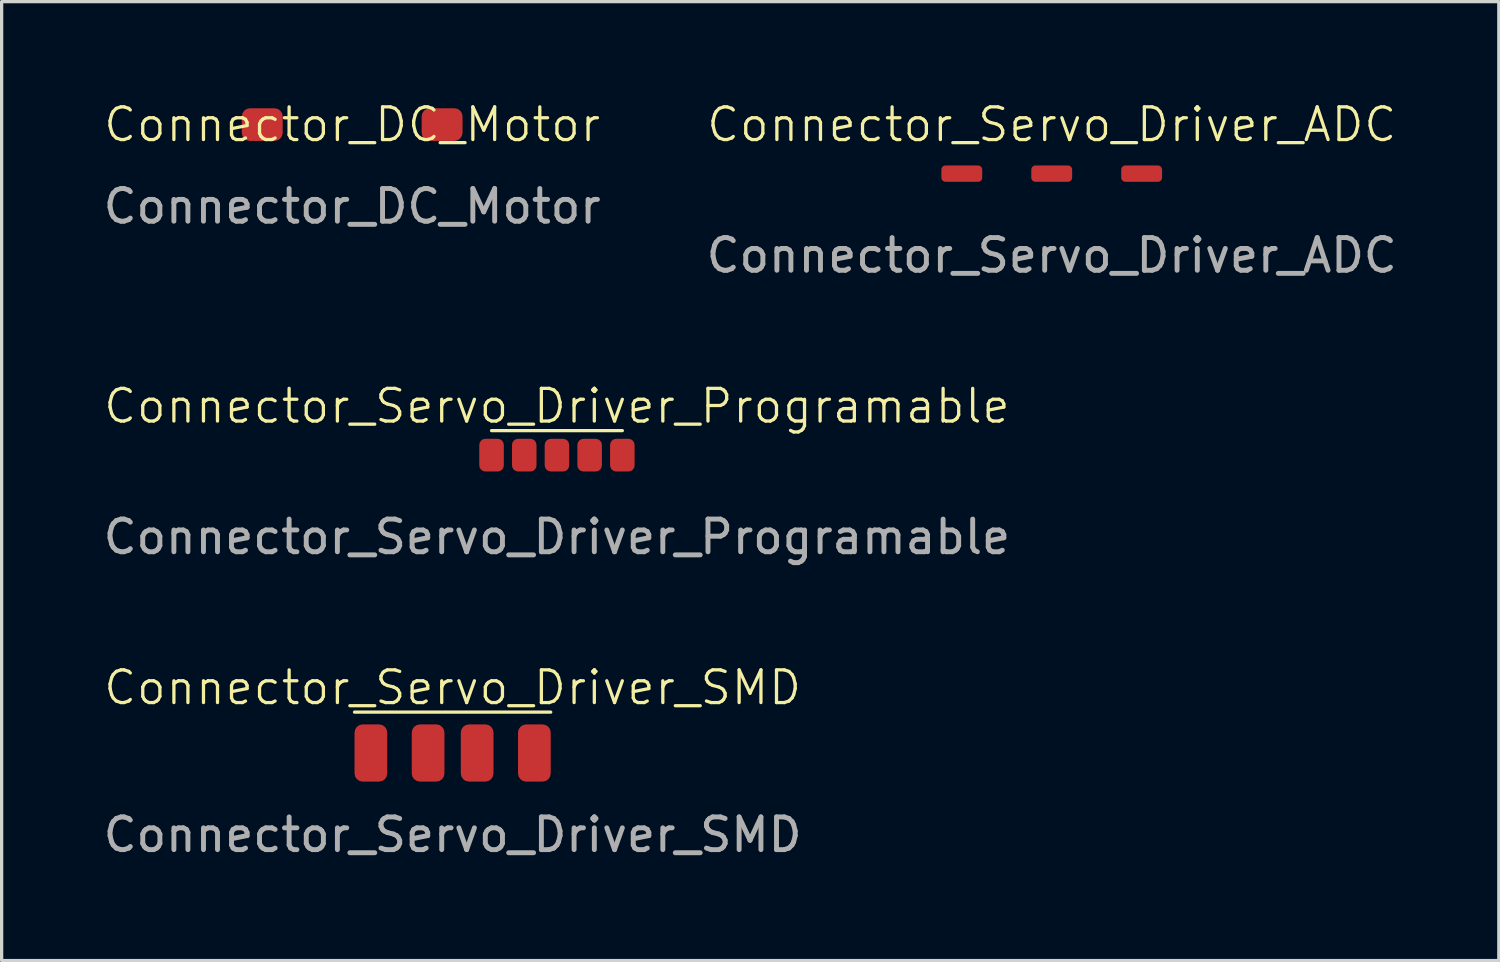
<source format=kicad_pcb>
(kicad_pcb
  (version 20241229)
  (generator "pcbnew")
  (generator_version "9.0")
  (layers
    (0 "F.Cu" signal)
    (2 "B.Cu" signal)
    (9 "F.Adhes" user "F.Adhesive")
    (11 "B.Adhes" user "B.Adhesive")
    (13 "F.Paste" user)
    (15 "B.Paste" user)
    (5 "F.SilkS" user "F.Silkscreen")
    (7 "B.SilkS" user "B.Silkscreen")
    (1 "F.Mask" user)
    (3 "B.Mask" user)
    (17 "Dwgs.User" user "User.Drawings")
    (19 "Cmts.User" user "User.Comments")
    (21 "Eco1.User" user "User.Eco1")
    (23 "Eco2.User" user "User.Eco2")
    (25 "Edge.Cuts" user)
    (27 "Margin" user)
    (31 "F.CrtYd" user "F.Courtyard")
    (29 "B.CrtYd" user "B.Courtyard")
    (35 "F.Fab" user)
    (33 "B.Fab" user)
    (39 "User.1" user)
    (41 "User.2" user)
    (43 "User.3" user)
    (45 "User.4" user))
  (footprint "Connector_Servo_Driver_SMD"
    (layer "F.Cu")
    (at 10.792 19.978)
    (property "Reference" "Connector_Servo_Driver_SMD" (at 0 -2 0) (unlocked yes) (layer "F.SilkS") (effects (font (size 1 1) (thickness 0.1))))
    (attr smd)
    (fp_line (start 3 -1.25) (end -3 -1.25) (stroke (width 0.1) (type default)) (layer "F.SilkS"))
    (fp_text user "${REFERENCE}" (at 0 2.5 0) (unlocked yes) (layer "F.Fab") (effects (font (size 1 1) (thickness 0.15))))
    (pad "1" smd roundrect (at -2.5 0) (size 1 1.75) (layers "F.Cu" "F.Mask" "F.Paste") (roundrect_rratio 0.25))
    (pad "2" smd roundrect (at -0.75 0) (size 1 1.75) (layers "F.Cu" "F.Mask" "F.Paste") (roundrect_rratio 0.25))
    (pad "3" smd roundrect (at 0.75 0) (size 1 1.75) (layers "F.Cu" "F.Mask" "F.Paste") (roundrect_rratio 0.25))
    (pad "4" smd roundrect (at 2.5 0) (size 1 1.75) (layers "F.Cu" "F.Mask" "F.Paste") (roundrect_rratio 0.25)))
  (footprint "Connector_Servo_Driver_ADC"
    (layer "F.Cu")
    (at 29.113 2.26)
    (property "Reference" "Connector_Servo_Driver_ADC" (at 0 -1.5 0) (unlocked yes) (layer "F.SilkS") (effects (font (size 1 1) (thickness 0.1))))
    (attr smd)
    (fp_text user "${REFERENCE}" (at 0 2.5 0) (unlocked yes) (layer "F.Fab") (effects (font (size 1 1) (thickness 0.15))))
    (pad "1" smd roundrect (at -2.75 0) (size 1.25 0.5) (layers "F.Cu" "F.Mask" "F.Paste") (roundrect_rratio 0.25))
    (pad "2" smd roundrect (at 0 0) (size 1.25 0.5) (layers "F.Cu" "F.Mask" "F.Paste") (roundrect_rratio 0.25))
    (pad "3" smd roundrect (at 2.75 0) (size 1.25 0.5) (layers "F.Cu" "F.Mask" "F.Paste") (roundrect_rratio 0.25)))
  (footprint "Connector_Servo_Driver_Programable"
    (layer "F.Cu")
    (at 13.982 10.869)
    (property "Reference" "Connector_Servo_Driver_Programable" (at 0 -1.5 0) (unlocked yes) (layer "F.SilkS") (effects (font (size 1 1) (thickness 0.1))))
    (attr smd)
    (fp_line (start -2 -0.75) (end 2 -0.75) (stroke (width 0.1) (type default)) (layer "F.SilkS"))
    (fp_text user "${REFERENCE}" (at 0 2.5 0) (unlocked yes) (layer "F.Fab") (effects (font (size 1 1) (thickness 0.15))))
    (pad "1" smd roundrect (at -2 0 270) (size 1 0.75) (layers "F.Cu" "F.Mask" "F.Paste") (roundrect_rratio 0.25))
    (pad "2" smd roundrect (at -1 0 270) (size 1 0.75) (layers "F.Cu" "F.Mask" "F.Paste") (roundrect_rratio 0.25))
    (pad "3" smd roundrect (at 0 0 270) (size 1 0.75) (layers "F.Cu" "F.Mask" "F.Paste") (roundrect_rratio 0.25))
    (pad "4" smd roundrect (at 1 0 270) (size 1 0.75) (layers "F.Cu" "F.Mask" "F.Paste") (roundrect_rratio 0.25))
    (pad "5" smd roundrect (at 2 0 270) (size 1 0.75) (layers "F.Cu" "F.Mask" "F.Paste") (roundrect_rratio 0.25)))
  (footprint "Connector_DC_Motor"
    (layer "F.Cu")
    (at 7.72 0.76)
    (property "Reference" "Connector_DC_Motor" (at 0 0 0) (unlocked yes) (layer "F.SilkS") (effects (font (size 1 1) (thickness 0.1))))
    (attr smd)
    (fp_text user "${REFERENCE}" (at 0 2.5 0) (unlocked yes) (layer "F.Fab") (effects (font (size 1 1) (thickness 0.15))))
    (pad "1" smd roundrect (at -2.75 0 180) (size 1.25 1) (layers "F.Cu" "F.Mask" "F.Paste") (roundrect_rratio 0.25))
    (pad "2" smd roundrect (at 2.75 0 180) (size 1.25 1) (layers "F.Cu" "F.Mask" "F.Paste") (roundrect_rratio 0.25)))
  (gr_rect
    (start -3 -3)
    (end 42.786 26.326)
    (stroke (width 0.1) (type default))
    (fill no)
    (layer "Edge.Cuts")))
</source>
